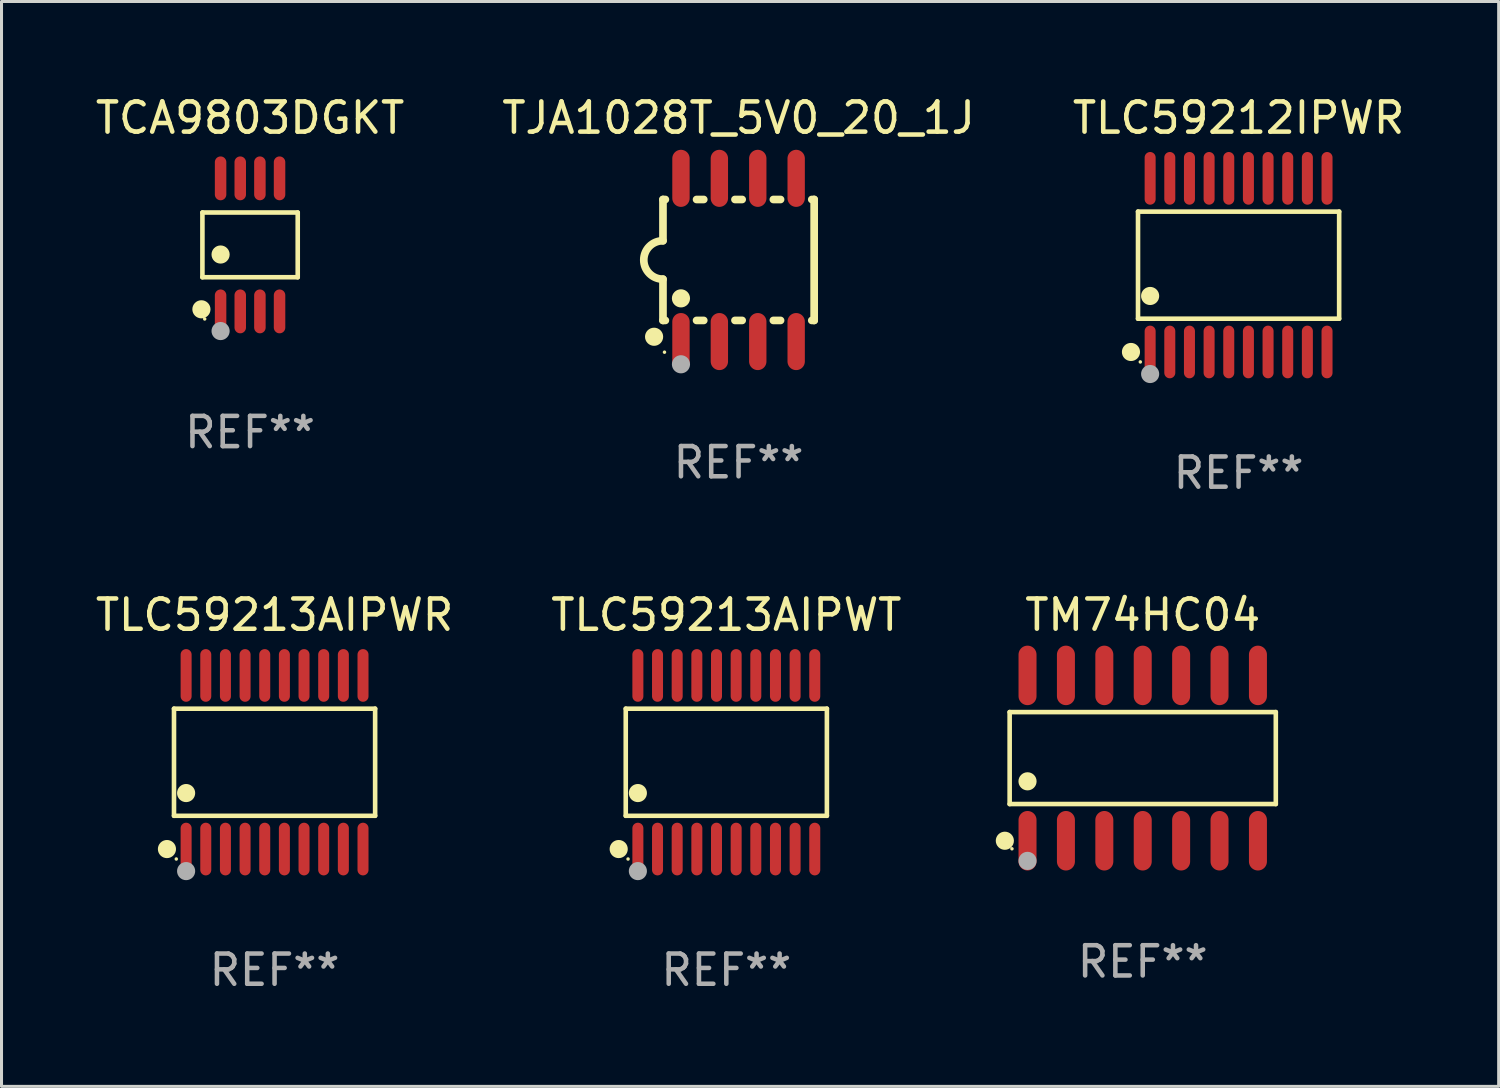
<source format=kicad_pcb>
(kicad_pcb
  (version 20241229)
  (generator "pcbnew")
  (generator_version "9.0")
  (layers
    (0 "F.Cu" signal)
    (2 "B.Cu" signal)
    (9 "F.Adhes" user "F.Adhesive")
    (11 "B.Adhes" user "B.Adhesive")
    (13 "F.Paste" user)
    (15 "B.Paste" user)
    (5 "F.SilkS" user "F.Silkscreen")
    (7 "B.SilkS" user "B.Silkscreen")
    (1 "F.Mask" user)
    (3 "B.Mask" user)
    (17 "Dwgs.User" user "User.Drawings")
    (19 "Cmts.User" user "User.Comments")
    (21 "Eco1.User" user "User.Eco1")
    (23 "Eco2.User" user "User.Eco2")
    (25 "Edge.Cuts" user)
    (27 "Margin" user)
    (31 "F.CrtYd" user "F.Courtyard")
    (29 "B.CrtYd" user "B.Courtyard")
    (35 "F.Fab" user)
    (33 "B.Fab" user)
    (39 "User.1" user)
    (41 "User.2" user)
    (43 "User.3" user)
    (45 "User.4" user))
  (footprint "TJA1028T_5V0_20_1J"
    (layer "F.Cu")
    (at 21.375 5.547)
    (property "Reference" "TJA1028T_5V0_20_1J" (at 0 -4.699 0) (layer "F.SilkS") (effects (font (size 1 1) (thickness 0.15))))
    (attr through_hole)
    (fp_line (start -2.5 -2) (end -2.5 -0.635) (stroke (width 0.254) (type solid)) (layer "F.SilkS"))
    (fp_line (start -2.5 -2) (end -2.421 -2) (stroke (width 0.254) (type solid)) (layer "F.SilkS"))
    (fp_line (start -2.5 2) (end -2.5 0.635) (stroke (width 0.254) (type solid)) (layer "F.SilkS"))
    (fp_line (start -2.5 2) (end -2.421 2) (stroke (width 0.254) (type solid)) (layer "F.SilkS"))
    (fp_line (start -1.389 -2) (end -1.151 -2) (stroke (width 0.254) (type solid)) (layer "F.SilkS"))
    (fp_line (start -1.389 2) (end -1.151 2) (stroke (width 0.254) (type solid)) (layer "F.SilkS"))
    (fp_line (start -0.119 -2) (end 0.119 -2) (stroke (width 0.254) (type solid)) (layer "F.SilkS"))
    (fp_line (start -0.119 2) (end 0.119 2) (stroke (width 0.254) (type solid)) (layer "F.SilkS"))
    (fp_line (start 1.151 -2) (end 1.389 -2) (stroke (width 0.254) (type solid)) (layer "F.SilkS"))
    (fp_line (start 1.151 2) (end 1.389 2) (stroke (width 0.254) (type solid)) (layer "F.SilkS"))
    (fp_line (start 2.421 -2) (end 2.5 -2) (stroke (width 0.254) (type solid)) (layer "F.SilkS"))
    (fp_line (start 2.421 2) (end 2.5 2) (stroke (width 0.254) (type solid)) (layer "F.SilkS"))
    (fp_line (start 2.5 -2) (end 2.5 2) (stroke (width 0.254) (type solid)) (layer "F.SilkS"))
    (fp_arc (start -2.5 0.635001) (mid -3.134366 -0.000318) (end -2.499365 -0.635001) (stroke (width 0.254001) (type solid)) (layer "F.SilkS"))
    (fp_circle (center -2.794 2.54) (end -2.644 2.54) (stroke (width 0.3) (type solid)) (fill no) (layer "F.SilkS"))
    (fp_circle (center -2.45 3.05) (end -2.42 3.05) (stroke (width 0.06) (type solid)) (fill no) (layer "F.SilkS"))
    (fp_circle (center -1.905 1.27) (end -1.755 1.27) (stroke (width 0.3) (type solid)) (fill no) (layer "F.SilkS"))
    (fp_circle (center -1.905 3.45) (end -1.755 3.45) (stroke (width 0.3) (type solid)) (fill no) (layer "F.Fab"))
    (fp_text user "REF**" (at 0 6.699 0) (layer "F.Fab") (effects (font (size 1 1) (thickness 0.15))))
    (pad "1" smd oval (at -1.905 2.699) (size 0.574 1.888) (layers "F.Cu" "F.Mask" "F.Paste"))
    (pad "2" smd oval (at -0.635 2.699) (size 0.574 1.888) (layers "F.Cu" "F.Mask" "F.Paste"))
    (pad "3" smd oval (at 0.635 2.699) (size 0.574 1.888) (layers "F.Cu" "F.Mask" "F.Paste"))
    (pad "4" smd oval (at 1.905 2.699) (size 0.574 1.888) (layers "F.Cu" "F.Mask" "F.Paste"))
    (pad "5" smd oval (at 1.905 -2.699) (size 0.574 1.888) (layers "F.Cu" "F.Mask" "F.Paste"))
    (pad "6" smd oval (at 0.635 -2.699) (size 0.574 1.888) (layers "F.Cu" "F.Mask" "F.Paste"))
    (pad "7" smd oval (at -0.635 -2.699) (size 0.574 1.888) (layers "F.Cu" "F.Mask" "F.Paste"))
    (pad "8" smd oval (at -1.905 -2.699) (size 0.574 1.888) (layers "F.Cu" "F.Mask" "F.Paste")))
  (footprint "TM74HC04"
    (layer "F.Cu")
    (at 34.741 22.02)
    (property "Reference" "TM74HC04" (at 0 -4.734 0) (layer "F.SilkS") (effects (font (size 1 1) (thickness 0.15))))
    (attr through_hole)
    (fp_line (start -4.401 -1.521) (end 4.401 -1.521) (stroke (width 0.152) (type solid)) (layer "F.SilkS"))
    (fp_line (start -4.401 1.521) (end -4.401 -1.521) (stroke (width 0.152) (type solid)) (layer "F.SilkS"))
    (fp_line (start 4.401 -1.521) (end 4.401 1.521) (stroke (width 0.152) (type solid)) (layer "F.SilkS"))
    (fp_line (start 4.401 1.521) (end -4.401 1.521) (stroke (width 0.152) (type solid)) (layer "F.SilkS"))
    (fp_circle (center -4.56 2.734) (end -4.41 2.734) (stroke (width 0.3) (type solid)) (fill no) (layer "F.SilkS"))
    (fp_circle (center -4.325 3) (end -4.295 3) (stroke (width 0.06) (type solid)) (fill no) (layer "F.SilkS"))
    (fp_circle (center -3.81 0.769) (end -3.66 0.769) (stroke (width 0.3) (type solid)) (fill no) (layer "F.SilkS"))
    (fp_circle (center -3.81 3.4) (end -3.66 3.4) (stroke (width 0.3) (type solid)) (fill no) (layer "F.Fab"))
    (fp_text user "REF**" (at 0 6.734 0) (layer "F.Fab") (effects (font (size 1 1) (thickness 0.15))))
    (pad "1" smd oval (at -3.81 2.734) (size 0.595 1.968) (layers "F.Cu" "F.Mask" "F.Paste"))
    (pad "2" smd oval (at -2.54 2.734) (size 0.595 1.968) (layers "F.Cu" "F.Mask" "F.Paste"))
    (pad "3" smd oval (at -1.27 2.734) (size 0.595 1.968) (layers "F.Cu" "F.Mask" "F.Paste"))
    (pad "4" smd oval (at 0 2.734) (size 0.595 1.968) (layers "F.Cu" "F.Mask" "F.Paste"))
    (pad "5" smd oval (at 1.27 2.734) (size 0.595 1.968) (layers "F.Cu" "F.Mask" "F.Paste"))
    (pad "6" smd oval (at 2.54 2.734) (size 0.595 1.968) (layers "F.Cu" "F.Mask" "F.Paste"))
    (pad "7" smd oval (at 3.81 2.734) (size 0.595 1.968) (layers "F.Cu" "F.Mask" "F.Paste"))
    (pad "8" smd oval (at 3.81 -2.734) (size 0.595 1.968) (layers "F.Cu" "F.Mask" "F.Paste"))
    (pad "9" smd oval (at 2.54 -2.734) (size 0.595 1.968) (layers "F.Cu" "F.Mask" "F.Paste"))
    (pad "10" smd oval (at 1.27 -2.734) (size 0.595 1.968) (layers "F.Cu" "F.Mask" "F.Paste"))
    (pad "11" smd oval (at 0 -2.734) (size 0.595 1.968) (layers "F.Cu" "F.Mask" "F.Paste"))
    (pad "12" smd oval (at -1.27 -2.734) (size 0.595 1.968) (layers "F.Cu" "F.Mask" "F.Paste"))
    (pad "13" smd oval (at -2.54 -2.734) (size 0.595 1.968) (layers "F.Cu" "F.Mask" "F.Paste"))
    (pad "14" smd oval (at -3.81 -2.734) (size 0.595 1.968) (layers "F.Cu" "F.Mask" "F.Paste")))
  (footprint "TCA9803DGKT"
    (layer "F.Cu")
    (at 5.22 5.048)
    (property "Reference" "TCA9803DGKT" (at 0 -4.2 0) (layer "F.SilkS") (effects (font (size 1 1) (thickness 0.15))))
    (attr through_hole)
    (fp_line (start -1.576 -1.071) (end 1.576 -1.071) (stroke (width 0.152) (type solid)) (layer "F.SilkS"))
    (fp_line (start -1.576 1.071) (end -1.576 -1.071) (stroke (width 0.152) (type solid)) (layer "F.SilkS"))
    (fp_line (start 1.576 -1.071) (end 1.576 1.071) (stroke (width 0.152) (type solid)) (layer "F.SilkS"))
    (fp_line (start 1.576 1.071) (end -1.576 1.071) (stroke (width 0.152) (type solid)) (layer "F.SilkS"))
    (fp_circle (center -1.609 2.131) (end -1.459 2.131) (stroke (width 0.3) (type solid)) (fill no) (layer "F.SilkS"))
    (fp_circle (center -1.5 2.45) (end -1.47 2.45) (stroke (width 0.06) (type solid)) (fill no) (layer "F.SilkS"))
    (fp_circle (center -0.975 0.319) (end -0.825 0.319) (stroke (width 0.3) (type solid)) (fill no) (layer "F.SilkS"))
    (fp_circle (center -0.975 2.85) (end -0.825 2.85) (stroke (width 0.3) (type solid)) (fill no) (layer "F.Fab"))
    (fp_text user "REF**" (at 0 6.2 0) (layer "F.Fab") (effects (font (size 1 1) (thickness 0.15))))
    (pad "1" smd oval (at -0.975 2.2) (size 0.38 1.45) (layers "F.Cu" "F.Mask" "F.Paste"))
    (pad "2" smd oval (at -0.325 2.2) (size 0.38 1.45) (layers "F.Cu" "F.Mask" "F.Paste"))
    (pad "3" smd oval (at 0.325 2.2) (size 0.38 1.45) (layers "F.Cu" "F.Mask" "F.Paste"))
    (pad "4" smd oval (at 0.975 2.2) (size 0.38 1.45) (layers "F.Cu" "F.Mask" "F.Paste"))
    (pad "5" smd oval (at 0.975 -2.2) (size 0.38 1.45) (layers "F.Cu" "F.Mask" "F.Paste"))
    (pad "6" smd oval (at 0.325 -2.2) (size 0.38 1.45) (layers "F.Cu" "F.Mask" "F.Paste"))
    (pad "7" smd oval (at -0.325 -2.2) (size 0.38 1.45) (layers "F.Cu" "F.Mask" "F.Paste"))
    (pad "8" smd oval (at -0.975 -2.2) (size 0.38 1.45) (layers "F.Cu" "F.Mask" "F.Paste")))
  (footprint "TLC59213AIPWR"
    (layer "F.Cu")
    (at 6.03 22.158)
    (property "Reference" "TLC59213AIPWR" (at 0 -4.871 0) (layer "F.SilkS") (effects (font (size 1 1) (thickness 0.15))))
    (attr through_hole)
    (fp_line (start -3.326 -1.771) (end 3.326 -1.771) (stroke (width 0.152) (type solid)) (layer "F.SilkS"))
    (fp_line (start -3.326 1.771) (end -3.326 -1.771) (stroke (width 0.152) (type solid)) (layer "F.SilkS"))
    (fp_line (start 3.326 -1.771) (end 3.326 1.771) (stroke (width 0.152) (type solid)) (layer "F.SilkS"))
    (fp_line (start 3.326 1.771) (end -3.326 1.771) (stroke (width 0.152) (type solid)) (layer "F.SilkS"))
    (fp_circle (center -3.559 2.871) (end -3.409 2.871) (stroke (width 0.3) (type solid)) (fill no) (layer "F.SilkS"))
    (fp_circle (center -3.25 3.2) (end -3.22 3.2) (stroke (width 0.06) (type solid)) (fill no) (layer "F.SilkS"))
    (fp_circle (center -2.925 1.019) (end -2.775 1.019) (stroke (width 0.3) (type solid)) (fill no) (layer "F.SilkS"))
    (fp_circle (center -2.925 3.6) (end -2.775 3.6) (stroke (width 0.3) (type solid)) (fill no) (layer "F.Fab"))
    (fp_text user "REF**" (at 0 6.871 0) (layer "F.Fab") (effects (font (size 1 1) (thickness 0.15))))
    (pad "1" smd oval (at -2.925 2.871) (size 0.364 1.742) (layers "F.Cu" "F.Mask" "F.Paste"))
    (pad "2" smd oval (at -2.275 2.871) (size 0.364 1.742) (layers "F.Cu" "F.Mask" "F.Paste"))
    (pad "3" smd oval (at -1.625 2.871) (size 0.364 1.742) (layers "F.Cu" "F.Mask" "F.Paste"))
    (pad "4" smd oval (at -0.975 2.871) (size 0.364 1.742) (layers "F.Cu" "F.Mask" "F.Paste"))
    (pad "5" smd oval (at -0.325 2.871) (size 0.364 1.742) (layers "F.Cu" "F.Mask" "F.Paste"))
    (pad "6" smd oval (at 0.325 2.871) (size 0.364 1.742) (layers "F.Cu" "F.Mask" "F.Paste"))
    (pad "7" smd oval (at 0.975 2.871) (size 0.364 1.742) (layers "F.Cu" "F.Mask" "F.Paste"))
    (pad "8" smd oval (at 1.625 2.871) (size 0.364 1.742) (layers "F.Cu" "F.Mask" "F.Paste"))
    (pad "9" smd oval (at 2.275 2.871) (size 0.364 1.742) (layers "F.Cu" "F.Mask" "F.Paste"))
    (pad "10" smd oval (at 2.925 2.871) (size 0.364 1.742) (layers "F.Cu" "F.Mask" "F.Paste"))
    (pad "11" smd oval (at 2.925 -2.871) (size 0.364 1.742) (layers "F.Cu" "F.Mask" "F.Paste"))
    (pad "12" smd oval (at 2.275 -2.871) (size 0.364 1.742) (layers "F.Cu" "F.Mask" "F.Paste"))
    (pad "13" smd oval (at 1.625 -2.871) (size 0.364 1.742) (layers "F.Cu" "F.Mask" "F.Paste"))
    (pad "14" smd oval (at 0.975 -2.871) (size 0.364 1.742) (layers "F.Cu" "F.Mask" "F.Paste"))
    (pad "15" smd oval (at 0.325 -2.871) (size 0.364 1.742) (layers "F.Cu" "F.Mask" "F.Paste"))
    (pad "16" smd oval (at -0.325 -2.871) (size 0.364 1.742) (layers "F.Cu" "F.Mask" "F.Paste"))
    (pad "17" smd oval (at -0.975 -2.871) (size 0.364 1.742) (layers "F.Cu" "F.Mask" "F.Paste"))
    (pad "18" smd oval (at -1.625 -2.871) (size 0.364 1.742) (layers "F.Cu" "F.Mask" "F.Paste"))
    (pad "19" smd oval (at -2.275 -2.871) (size 0.364 1.742) (layers "F.Cu" "F.Mask" "F.Paste"))
    (pad "20" smd oval (at -2.925 -2.871) (size 0.364 1.742) (layers "F.Cu" "F.Mask" "F.Paste")))
  (footprint "TLC59212IPWR"
    (layer "F.Cu")
    (at 37.911 5.719)
    (property "Reference" "TLC59212IPWR" (at 0 -4.871 0) (layer "F.SilkS") (effects (font (size 1 1) (thickness 0.15))))
    (attr through_hole)
    (fp_line (start -3.326 -1.771) (end 3.326 -1.771) (stroke (width 0.152) (type solid)) (layer "F.SilkS"))
    (fp_line (start -3.326 1.771) (end -3.326 -1.771) (stroke (width 0.152) (type solid)) (layer "F.SilkS"))
    (fp_line (start 3.326 -1.771) (end 3.326 1.771) (stroke (width 0.152) (type solid)) (layer "F.SilkS"))
    (fp_line (start 3.326 1.771) (end -3.326 1.771) (stroke (width 0.152) (type solid)) (layer "F.SilkS"))
    (fp_circle (center -3.559 2.871) (end -3.409 2.871) (stroke (width 0.3) (type solid)) (fill no) (layer "F.SilkS"))
    (fp_circle (center -3.25 3.2) (end -3.22 3.2) (stroke (width 0.06) (type solid)) (fill no) (layer "F.SilkS"))
    (fp_circle (center -2.925 1.019) (end -2.775 1.019) (stroke (width 0.3) (type solid)) (fill no) (layer "F.SilkS"))
    (fp_circle (center -2.925 3.6) (end -2.775 3.6) (stroke (width 0.3) (type solid)) (fill no) (layer "F.Fab"))
    (fp_text user "REF**" (at 0 6.871 0) (layer "F.Fab") (effects (font (size 1 1) (thickness 0.15))))
    (pad "1" smd oval (at -2.925 2.871) (size 0.364 1.742) (layers "F.Cu" "F.Mask" "F.Paste"))
    (pad "2" smd oval (at -2.275 2.871) (size 0.364 1.742) (layers "F.Cu" "F.Mask" "F.Paste"))
    (pad "3" smd oval (at -1.625 2.871) (size 0.364 1.742) (layers "F.Cu" "F.Mask" "F.Paste"))
    (pad "4" smd oval (at -0.975 2.871) (size 0.364 1.742) (layers "F.Cu" "F.Mask" "F.Paste"))
    (pad "5" smd oval (at -0.325 2.871) (size 0.364 1.742) (layers "F.Cu" "F.Mask" "F.Paste"))
    (pad "6" smd oval (at 0.325 2.871) (size 0.364 1.742) (layers "F.Cu" "F.Mask" "F.Paste"))
    (pad "7" smd oval (at 0.975 2.871) (size 0.364 1.742) (layers "F.Cu" "F.Mask" "F.Paste"))
    (pad "8" smd oval (at 1.625 2.871) (size 0.364 1.742) (layers "F.Cu" "F.Mask" "F.Paste"))
    (pad "9" smd oval (at 2.275 2.871) (size 0.364 1.742) (layers "F.Cu" "F.Mask" "F.Paste"))
    (pad "10" smd oval (at 2.925 2.871) (size 0.364 1.742) (layers "F.Cu" "F.Mask" "F.Paste"))
    (pad "11" smd oval (at 2.925 -2.871) (size 0.364 1.742) (layers "F.Cu" "F.Mask" "F.Paste"))
    (pad "12" smd oval (at 2.275 -2.871) (size 0.364 1.742) (layers "F.Cu" "F.Mask" "F.Paste"))
    (pad "13" smd oval (at 1.625 -2.871) (size 0.364 1.742) (layers "F.Cu" "F.Mask" "F.Paste"))
    (pad "14" smd oval (at 0.975 -2.871) (size 0.364 1.742) (layers "F.Cu" "F.Mask" "F.Paste"))
    (pad "15" smd oval (at 0.325 -2.871) (size 0.364 1.742) (layers "F.Cu" "F.Mask" "F.Paste"))
    (pad "16" smd oval (at -0.325 -2.871) (size 0.364 1.742) (layers "F.Cu" "F.Mask" "F.Paste"))
    (pad "17" smd oval (at -0.975 -2.871) (size 0.364 1.742) (layers "F.Cu" "F.Mask" "F.Paste"))
    (pad "18" smd oval (at -1.625 -2.871) (size 0.364 1.742) (layers "F.Cu" "F.Mask" "F.Paste"))
    (pad "19" smd oval (at -2.275 -2.871) (size 0.364 1.742) (layers "F.Cu" "F.Mask" "F.Paste"))
    (pad "20" smd oval (at -2.925 -2.871) (size 0.364 1.742) (layers "F.Cu" "F.Mask" "F.Paste")))
  (footprint "TLC59213AIPWT"
    (layer "F.Cu")
    (at 20.97 22.158)
    (property "Reference" "TLC59213AIPWT" (at 0 -4.871 0) (layer "F.SilkS") (effects (font (size 1 1) (thickness 0.15))))
    (attr through_hole)
    (fp_line (start -3.326 -1.771) (end 3.326 -1.771) (stroke (width 0.152) (type solid)) (layer "F.SilkS"))
    (fp_line (start -3.326 1.771) (end -3.326 -1.771) (stroke (width 0.152) (type solid)) (layer "F.SilkS"))
    (fp_line (start 3.326 -1.771) (end 3.326 1.771) (stroke (width 0.152) (type solid)) (layer "F.SilkS"))
    (fp_line (start 3.326 1.771) (end -3.326 1.771) (stroke (width 0.152) (type solid)) (layer "F.SilkS"))
    (fp_circle (center -3.559 2.871) (end -3.409 2.871) (stroke (width 0.3) (type solid)) (fill no) (layer "F.SilkS"))
    (fp_circle (center -3.25 3.2) (end -3.22 3.2) (stroke (width 0.06) (type solid)) (fill no) (layer "F.SilkS"))
    (fp_circle (center -2.925 1.019) (end -2.775 1.019) (stroke (width 0.3) (type solid)) (fill no) (layer "F.SilkS"))
    (fp_circle (center -2.925 3.6) (end -2.775 3.6) (stroke (width 0.3) (type solid)) (fill no) (layer "F.Fab"))
    (fp_text user "REF**" (at 0 6.871 0) (layer "F.Fab") (effects (font (size 1 1) (thickness 0.15))))
    (pad "1" smd oval (at -2.925 2.871) (size 0.364 1.742) (layers "F.Cu" "F.Mask" "F.Paste"))
    (pad "2" smd oval (at -2.275 2.871) (size 0.364 1.742) (layers "F.Cu" "F.Mask" "F.Paste"))
    (pad "3" smd oval (at -1.625 2.871) (size 0.364 1.742) (layers "F.Cu" "F.Mask" "F.Paste"))
    (pad "4" smd oval (at -0.975 2.871) (size 0.364 1.742) (layers "F.Cu" "F.Mask" "F.Paste"))
    (pad "5" smd oval (at -0.325 2.871) (size 0.364 1.742) (layers "F.Cu" "F.Mask" "F.Paste"))
    (pad "6" smd oval (at 0.325 2.871) (size 0.364 1.742) (layers "F.Cu" "F.Mask" "F.Paste"))
    (pad "7" smd oval (at 0.975 2.871) (size 0.364 1.742) (layers "F.Cu" "F.Mask" "F.Paste"))
    (pad "8" smd oval (at 1.625 2.871) (size 0.364 1.742) (layers "F.Cu" "F.Mask" "F.Paste"))
    (pad "9" smd oval (at 2.275 2.871) (size 0.364 1.742) (layers "F.Cu" "F.Mask" "F.Paste"))
    (pad "10" smd oval (at 2.925 2.871) (size 0.364 1.742) (layers "F.Cu" "F.Mask" "F.Paste"))
    (pad "11" smd oval (at 2.925 -2.871) (size 0.364 1.742) (layers "F.Cu" "F.Mask" "F.Paste"))
    (pad "12" smd oval (at 2.275 -2.871) (size 0.364 1.742) (layers "F.Cu" "F.Mask" "F.Paste"))
    (pad "13" smd oval (at 1.625 -2.871) (size 0.364 1.742) (layers "F.Cu" "F.Mask" "F.Paste"))
    (pad "14" smd oval (at 0.975 -2.871) (size 0.364 1.742) (layers "F.Cu" "F.Mask" "F.Paste"))
    (pad "15" smd oval (at 0.325 -2.871) (size 0.364 1.742) (layers "F.Cu" "F.Mask" "F.Paste"))
    (pad "16" smd oval (at -0.325 -2.871) (size 0.364 1.742) (layers "F.Cu" "F.Mask" "F.Paste"))
    (pad "17" smd oval (at -0.975 -2.871) (size 0.364 1.742) (layers "F.Cu" "F.Mask" "F.Paste"))
    (pad "18" smd oval (at -1.625 -2.871) (size 0.364 1.742) (layers "F.Cu" "F.Mask" "F.Paste"))
    (pad "19" smd oval (at -2.275 -2.871) (size 0.364 1.742) (layers "F.Cu" "F.Mask" "F.Paste"))
    (pad "20" smd oval (at -2.925 -2.871) (size 0.364 1.742) (layers "F.Cu" "F.Mask" "F.Paste")))
  (gr_rect
    (start -3 -3)
    (end 46.512 32.877)
    (stroke (width 0.1) (type default))
    (fill no)
    (layer "Edge.Cuts")))
</source>
